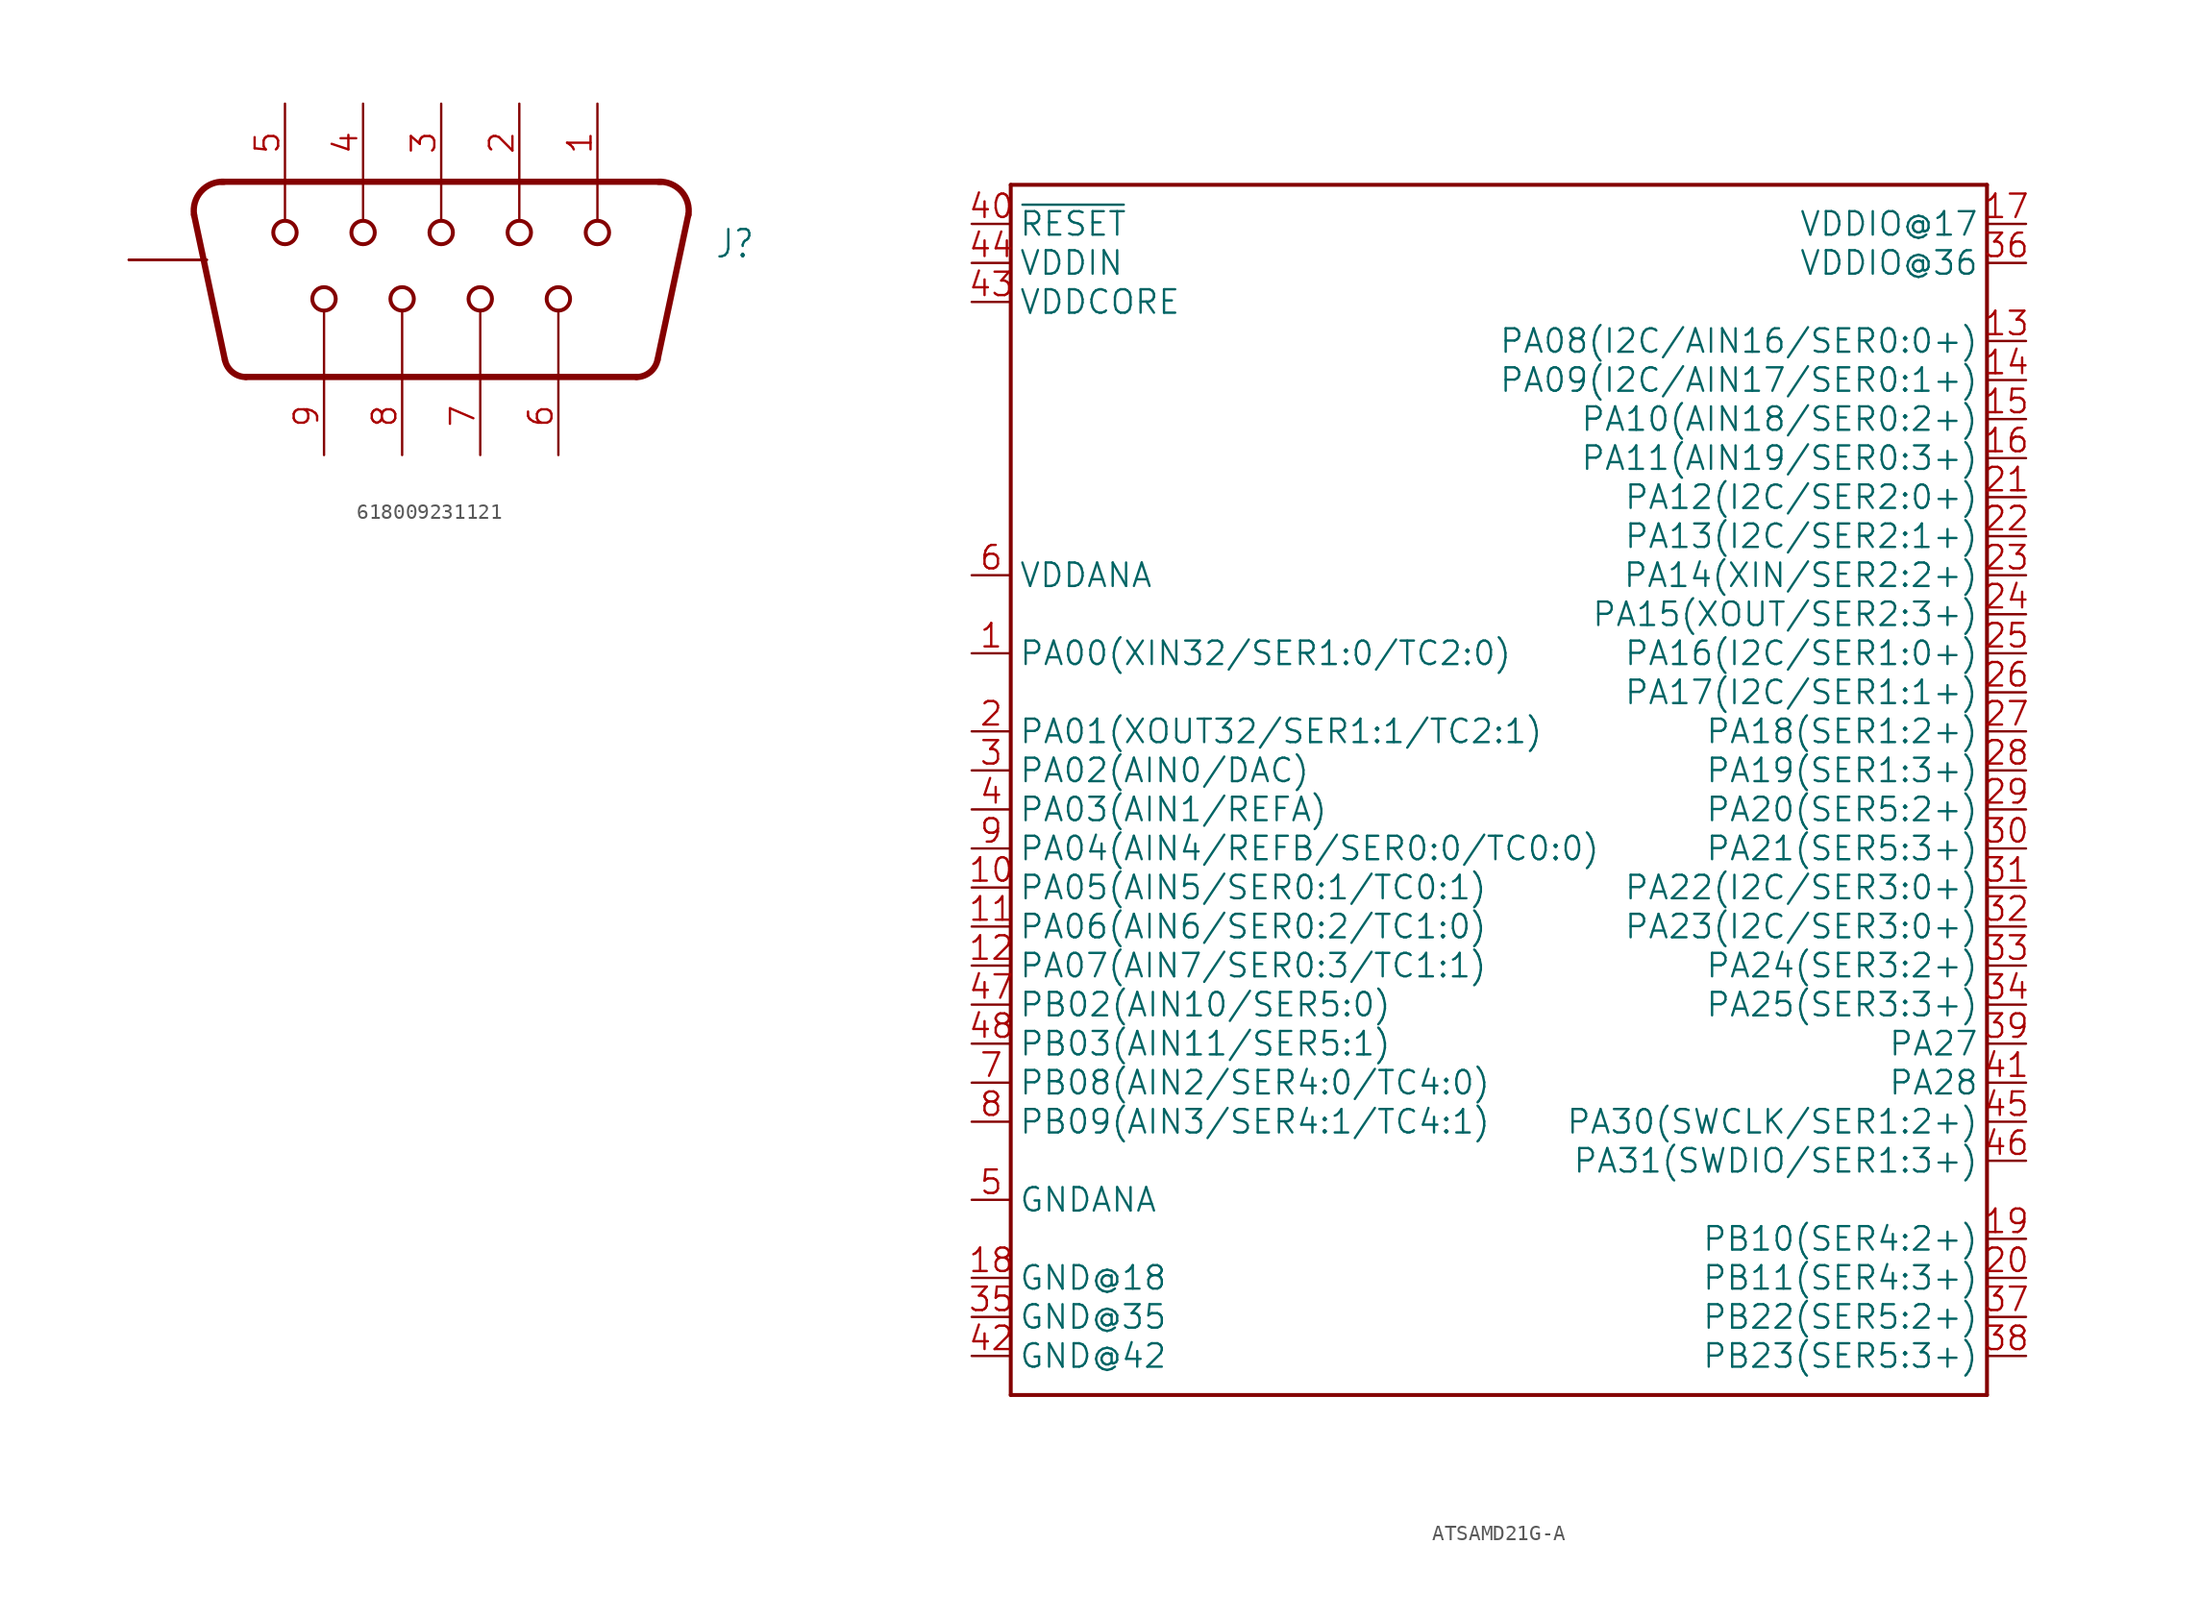
<source format=kicad_sym>
(kicad_symbol_lib
  (version 20241209)
  (generator "kicad_symbol_editor")
  (generator_version "9.0")
  (symbol "618009231121"
    (property "Reference" "J"
      (at 17.78 0 0)
      (effects (font (size 1.778 1.511)) (justify left bottom)))
    (property "Value" ""
      (at 17.78 -2.54 0)
      (effects (font (size 1.778 1.511)) (justify left bottom)))
    (property "ki_locked" ""
      (at 0 0 0)
      (effects (font (size 1.27 1.27))))
    (symbol "618009231121_1_0"
      (polyline (pts (xy -16.076 2.95) (xy -14.069 -6.505)) (stroke (width 0.406) (type solid)) (fill (type none)))
      (polyline (pts (xy -14.3 5.08) (xy 14.3 5.08)) (stroke (width 0.406) (type solid)) (fill (type none)))
      (arc (start -16.0669 2.9006) (mid -15.6168 4.4544) (end -14.1241 5.078) (stroke (width 0.4064) (type solid)) (fill (type none)))
      (arc (start -12.7018 -7.624) (mid -13.5827 -7.3056) (end -14.0693 -6.5053) (stroke (width 0.4064) (type solid)) (fill (type none)))
      (polyline (pts (xy -10.16 2.54) (xy -10.16 5.08)) (stroke (width 0.152) (type solid)) (fill (type none)))
      (circle (center -10.16 1.778) (radius 0.762) (stroke (width 0.254) (type solid)) (fill (type none)))
      (circle (center -7.62 -2.54) (radius 0.762) (stroke (width 0.254) (type solid)) (fill (type none)))
      (polyline (pts (xy -7.62 -7.66) (xy -7.62 -3.31)) (stroke (width 0.152) (type solid)) (fill (type none)))
      (polyline (pts (xy -5.08 2.54) (xy -5.08 5.08)) (stroke (width 0.152) (type solid)) (fill (type none)))
      (circle (center -5.08 1.778) (radius 0.762) (stroke (width 0.254) (type solid)) (fill (type none)))
      (circle (center -2.54 -2.54) (radius 0.762) (stroke (width 0.254) (type solid)) (fill (type none)))
      (polyline (pts (xy -2.54 -7.66) (xy -2.54 -3.31)) (stroke (width 0.152) (type solid)) (fill (type none)))
      (polyline (pts (xy 0 2.54) (xy 0 5.08)) (stroke (width 0.152) (type solid)) (fill (type none)))
      (circle (center 0 1.778) (radius 0.762) (stroke (width 0.254) (type solid)) (fill (type none)))
      (circle (center 2.54 -2.54) (radius 0.762) (stroke (width 0.254) (type solid)) (fill (type none)))
      (polyline (pts (xy 2.54 -7.66) (xy 2.54 -3.31)) (stroke (width 0.152) (type solid)) (fill (type none)))
      (polyline (pts (xy 5.08 2.54) (xy 5.08 5.08)) (stroke (width 0.152) (type solid)) (fill (type none)))
      (circle (center 5.08 1.778) (radius 0.762) (stroke (width 0.254) (type solid)) (fill (type none)))
      (circle (center 7.62 -2.54) (radius 0.762) (stroke (width 0.254) (type solid)) (fill (type none)))
      (polyline (pts (xy 7.62 -7.66) (xy 7.62 -3.31)) (stroke (width 0.152) (type solid)) (fill (type none)))
      (polyline (pts (xy 10.16 2.54) (xy 10.16 5.08)) (stroke (width 0.152) (type solid)) (fill (type none)))
      (circle (center 10.16 1.778) (radius 0.762) (stroke (width 0.254) (type solid)) (fill (type none)))
      (arc (start 14.0693 -6.5053) (mid 13.5827 -7.3056) (end 12.7018 -7.624) (stroke (width 0.4064) (type solid)) (fill (type none)))
      (polyline (pts (xy 12.7 -7.62) (xy -12.7 -7.62)) (stroke (width 0.406) (type solid)) (fill (type none)))
      (arc (start 14.1241 5.078) (mid 15.6168 4.4544) (end 16.0669 2.9006) (stroke (width 0.4064) (type solid)) (fill (type none)))
      (polyline (pts (xy 16.076 2.95) (xy 14.069 -6.505)) (stroke (width 0.406) (type solid)) (fill (type none)))
      (pin bidirectional line (at -20.32 0 0) (length 5.08) (name "SHIELD" (effects (font (size 0 0)))) (number "SHELL" (effects (font (size 0 0)))))
      (pin bidirectional line (at -20.32 0 0) (length 5.08) (name "SHIELD" (effects (font (size 0 0)))) (number "SHELL1" (effects (font (size 0 0)))))
      (pin bidirectional line (at -10.16 10.16 270) (length 5.08) (name "5" (effects (font (size 0 0)))) (number "5" (effects (font (size 1.524 1.524)))))
      (pin bidirectional line (at -7.62 -12.7 90) (length 5.08) (name "9" (effects (font (size 0 0)))) (number "9" (effects (font (size 1.524 1.524)))))
      (pin bidirectional line (at -5.08 10.16 270) (length 5.08) (name "4" (effects (font (size 0 0)))) (number "4" (effects (font (size 1.524 1.524)))))
      (pin bidirectional line (at -2.54 -12.7 90) (length 5.08) (name "8" (effects (font (size 0 0)))) (number "8" (effects (font (size 1.524 1.524)))))
      (pin bidirectional line (at 0 10.16 270) (length 5.08) (name "3" (effects (font (size 0 0)))) (number "3" (effects (font (size 1.524 1.524)))))
      (pin bidirectional line (at 2.54 -12.7 90) (length 5.08) (name "7" (effects (font (size 0 0)))) (number "7" (effects (font (size 1.524 1.524)))))
      (pin bidirectional line (at 5.08 10.16 270) (length 5.08) (name "2" (effects (font (size 0 0)))) (number "2" (effects (font (size 1.524 1.524)))))
      (pin bidirectional line (at 7.62 -12.7 90) (length 5.08) (name "6" (effects (font (size 0 0)))) (number "6" (effects (font (size 1.524 1.524)))))
      (pin bidirectional line (at 10.16 10.16 270) (length 5.08) (name "1" (effects (font (size 0 0)))) (number "1" (effects (font (size 1.524 1.524)))))))
  (symbol "ATSAMD21G-A"
    (property "Reference" "U"
      (at -30.48 45.974 0)
      (effects (font (size 1.778 1.511)) (justify left bottom) (hide yes)))
    (property "ki_locked" ""
      (at 0 0 0)
      (effects (font (size 1.27 1.27))))
    (symbol "ATSAMD21G-A_1_0"
      (polyline (pts (xy -30.48 45.72) (xy -30.48 -33.02)) (stroke (width 0.254) (type solid)) (fill (type none)))
      (polyline (pts (xy -30.48 -33.02) (xy 33.02 -33.02)) (stroke (width 0.254) (type solid)) (fill (type none)))
      (polyline (pts (xy 33.02 45.72) (xy -30.48 45.72)) (stroke (width 0.254) (type solid)) (fill (type none)))
      (polyline (pts (xy 33.02 -33.02) (xy 33.02 45.72)) (stroke (width 0.254) (type solid)) (fill (type none)))
      (pin bidirectional line (at -33.02 43.18 0) (length 2.54) (name "~{RESET}" (effects (font (size 1.524 1.524)))) (number "40" (effects (font (size 1.524 1.524)))))
      (pin bidirectional line (at -33.02 40.64 0) (length 2.54) (name "VDDIN" (effects (font (size 1.524 1.524)))) (number "44" (effects (font (size 1.524 1.524)))))
      (pin bidirectional line (at -33.02 38.1 0) (length 2.54) (name "VDDCORE" (effects (font (size 1.524 1.524)))) (number "43" (effects (font (size 1.524 1.524)))))
      (pin bidirectional line (at -33.02 20.32 0) (length 2.54) (name "VDDANA" (effects (font (size 1.524 1.524)))) (number "6" (effects (font (size 1.524 1.524)))))
      (pin bidirectional line (at -33.02 15.24 0) (length 2.54) (name "PA00(XIN32/SER1:0/TC2:0)" (effects (font (size 1.524 1.524)))) (number "1" (effects (font (size 1.524 1.524)))))
      (pin bidirectional line (at -33.02 10.16 0) (length 2.54) (name "PA01(XOUT32/SER1:1/TC2:1)" (effects (font (size 1.524 1.524)))) (number "2" (effects (font (size 1.524 1.524)))))
      (pin bidirectional line (at -33.02 7.62 0) (length 2.54) (name "PA02(AIN0/DAC)" (effects (font (size 1.524 1.524)))) (number "3" (effects (font (size 1.524 1.524)))))
      (pin bidirectional line (at -33.02 5.08 0) (length 2.54) (name "PA03(AIN1/REFA)" (effects (font (size 1.524 1.524)))) (number "4" (effects (font (size 1.524 1.524)))))
      (pin bidirectional line (at -33.02 2.54 0) (length 2.54) (name "PA04(AIN4/REFB/SER0:0/TC0:0)" (effects (font (size 1.524 1.524)))) (number "9" (effects (font (size 1.524 1.524)))))
      (pin bidirectional line (at -33.02 0 0) (length 2.54) (name "PA05(AIN5/SER0:1/TC0:1)" (effects (font (size 1.524 1.524)))) (number "10" (effects (font (size 1.524 1.524)))))
      (pin bidirectional line (at -33.02 -2.54 0) (length 2.54) (name "PA06(AIN6/SER0:2/TC1:0)" (effects (font (size 1.524 1.524)))) (number "11" (effects (font (size 1.524 1.524)))))
      (pin bidirectional line (at -33.02 -5.08 0) (length 2.54) (name "PA07(AIN7/SER0:3/TC1:1)" (effects (font (size 1.524 1.524)))) (number "12" (effects (font (size 1.524 1.524)))))
      (pin bidirectional line (at -33.02 -7.62 0) (length 2.54) (name "PB02(AIN10/SER5:0)" (effects (font (size 1.524 1.524)))) (number "47" (effects (font (size 1.524 1.524)))))
      (pin bidirectional line (at -33.02 -10.16 0) (length 2.54) (name "PB03(AIN11/SER5:1)" (effects (font (size 1.524 1.524)))) (number "48" (effects (font (size 1.524 1.524)))))
      (pin bidirectional line (at -33.02 -12.7 0) (length 2.54) (name "PB08(AIN2/SER4:0/TC4:0)" (effects (font (size 1.524 1.524)))) (number "7" (effects (font (size 1.524 1.524)))))
      (pin bidirectional line (at -33.02 -15.24 0) (length 2.54) (name "PB09(AIN3/SER4:1/TC4:1)" (effects (font (size 1.524 1.524)))) (number "8" (effects (font (size 1.524 1.524)))))
      (pin bidirectional line (at -33.02 -20.32 0) (length 2.54) (name "GNDANA" (effects (font (size 1.524 1.524)))) (number "5" (effects (font (size 1.524 1.524)))))
      (pin bidirectional line (at -33.02 -25.4 0) (length 2.54) (name "GND@18" (effects (font (size 1.524 1.524)))) (number "18" (effects (font (size 1.524 1.524)))))
      (pin bidirectional line (at -33.02 -27.94 0) (length 2.54) (name "GND@35" (effects (font (size 1.524 1.524)))) (number "35" (effects (font (size 1.524 1.524)))))
      (pin bidirectional line (at -33.02 -30.48 0) (length 2.54) (name "GND@42" (effects (font (size 1.524 1.524)))) (number "42" (effects (font (size 1.524 1.524)))))
      (pin bidirectional line (at 35.56 43.18 180) (length 2.54) (name "VDDIO@17" (effects (font (size 1.524 1.524)))) (number "17" (effects (font (size 1.524 1.524)))))
      (pin bidirectional line (at 35.56 40.64 180) (length 2.54) (name "VDDIO@36" (effects (font (size 1.524 1.524)))) (number "36" (effects (font (size 1.524 1.524)))))
      (pin bidirectional line (at 35.56 35.56 180) (length 2.54) (name "PA08(I2C/AIN16/SER0:0+)" (effects (font (size 1.524 1.524)))) (number "13" (effects (font (size 1.524 1.524)))))
      (pin bidirectional line (at 35.56 33.02 180) (length 2.54) (name "PA09(I2C/AIN17/SER0:1+)" (effects (font (size 1.524 1.524)))) (number "14" (effects (font (size 1.524 1.524)))))
      (pin bidirectional line (at 35.56 30.48 180) (length 2.54) (name "PA10(AIN18/SER0:2+)" (effects (font (size 1.524 1.524)))) (number "15" (effects (font (size 1.524 1.524)))))
      (pin bidirectional line (at 35.56 27.94 180) (length 2.54) (name "PA11(AIN19/SER0:3+)" (effects (font (size 1.524 1.524)))) (number "16" (effects (font (size 1.524 1.524)))))
      (pin bidirectional line (at 35.56 25.4 180) (length 2.54) (name "PA12(I2C/SER2:0+)" (effects (font (size 1.524 1.524)))) (number "21" (effects (font (size 1.524 1.524)))))
      (pin bidirectional line (at 35.56 22.86 180) (length 2.54) (name "PA13(I2C/SER2:1+)" (effects (font (size 1.524 1.524)))) (number "22" (effects (font (size 1.524 1.524)))))
      (pin bidirectional line (at 35.56 20.32 180) (length 2.54) (name "PA14(XIN/SER2:2+)" (effects (font (size 1.524 1.524)))) (number "23" (effects (font (size 1.524 1.524)))))
      (pin bidirectional line (at 35.56 17.78 180) (length 2.54) (name "PA15(XOUT/SER2:3+)" (effects (font (size 1.524 1.524)))) (number "24" (effects (font (size 1.524 1.524)))))
      (pin bidirectional line (at 35.56 15.24 180) (length 2.54) (name "PA16(I2C/SER1:0+)" (effects (font (size 1.524 1.524)))) (number "25" (effects (font (size 1.524 1.524)))))
      (pin bidirectional line (at 35.56 12.7 180) (length 2.54) (name "PA17(I2C/SER1:1+)" (effects (font (size 1.524 1.524)))) (number "26" (effects (font (size 1.524 1.524)))))
      (pin bidirectional line (at 35.56 10.16 180) (length 2.54) (name "PA18(SER1:2+)" (effects (font (size 1.524 1.524)))) (number "27" (effects (font (size 1.524 1.524)))))
      (pin bidirectional line (at 35.56 7.62 180) (length 2.54) (name "PA19(SER1:3+)" (effects (font (size 1.524 1.524)))) (number "28" (effects (font (size 1.524 1.524)))))
      (pin bidirectional line (at 35.56 5.08 180) (length 2.54) (name "PA20(SER5:2+)" (effects (font (size 1.524 1.524)))) (number "29" (effects (font (size 1.524 1.524)))))
      (pin bidirectional line (at 35.56 2.54 180) (length 2.54) (name "PA21(SER5:3+)" (effects (font (size 1.524 1.524)))) (number "30" (effects (font (size 1.524 1.524)))))
      (pin bidirectional line (at 35.56 0 180) (length 2.54) (name "PA22(I2C/SER3:0+)" (effects (font (size 1.524 1.524)))) (number "31" (effects (font (size 1.524 1.524)))))
      (pin bidirectional line (at 35.56 -2.54 180) (length 2.54) (name "PA23(I2C/SER3:0+)" (effects (font (size 1.524 1.524)))) (number "32" (effects (font (size 1.524 1.524)))))
      (pin bidirectional line (at 35.56 -5.08 180) (length 2.54) (name "PA24(SER3:2+)" (effects (font (size 1.524 1.524)))) (number "33" (effects (font (size 1.524 1.524)))))
      (pin bidirectional line (at 35.56 -7.62 180) (length 2.54) (name "PA25(SER3:3+)" (effects (font (size 1.524 1.524)))) (number "34" (effects (font (size 1.524 1.524)))))
      (pin bidirectional line (at 35.56 -10.16 180) (length 2.54) (name "PA27" (effects (font (size 1.524 1.524)))) (number "39" (effects (font (size 1.524 1.524)))))
      (pin bidirectional line (at 35.56 -12.7 180) (length 2.54) (name "PA28" (effects (font (size 1.524 1.524)))) (number "41" (effects (font (size 1.524 1.524)))))
      (pin bidirectional line (at 35.56 -15.24 180) (length 2.54) (name "PA30(SWCLK/SER1:2+)" (effects (font (size 1.524 1.524)))) (number "45" (effects (font (size 1.524 1.524)))))
      (pin bidirectional line (at 35.56 -17.78 180) (length 2.54) (name "PA31(SWDIO/SER1:3+)" (effects (font (size 1.524 1.524)))) (number "46" (effects (font (size 1.524 1.524)))))
      (pin bidirectional line (at 35.56 -22.86 180) (length 2.54) (name "PB10(SER4:2+)" (effects (font (size 1.524 1.524)))) (number "19" (effects (font (size 1.524 1.524)))))
      (pin bidirectional line (at 35.56 -25.4 180) (length 2.54) (name "PB11(SER4:3+)" (effects (font (size 1.524 1.524)))) (number "20" (effects (font (size 1.524 1.524)))))
      (pin bidirectional line (at 35.56 -27.94 180) (length 2.54) (name "PB22(SER5:2+)" (effects (font (size 1.524 1.524)))) (number "37" (effects (font (size 1.524 1.524)))))
      (pin bidirectional line (at 35.56 -30.48 180) (length 2.54) (name "PB23(SER5:3+)" (effects (font (size 1.524 1.524)))) (number "38" (effects (font (size 1.524 1.524))))))))
</source>
